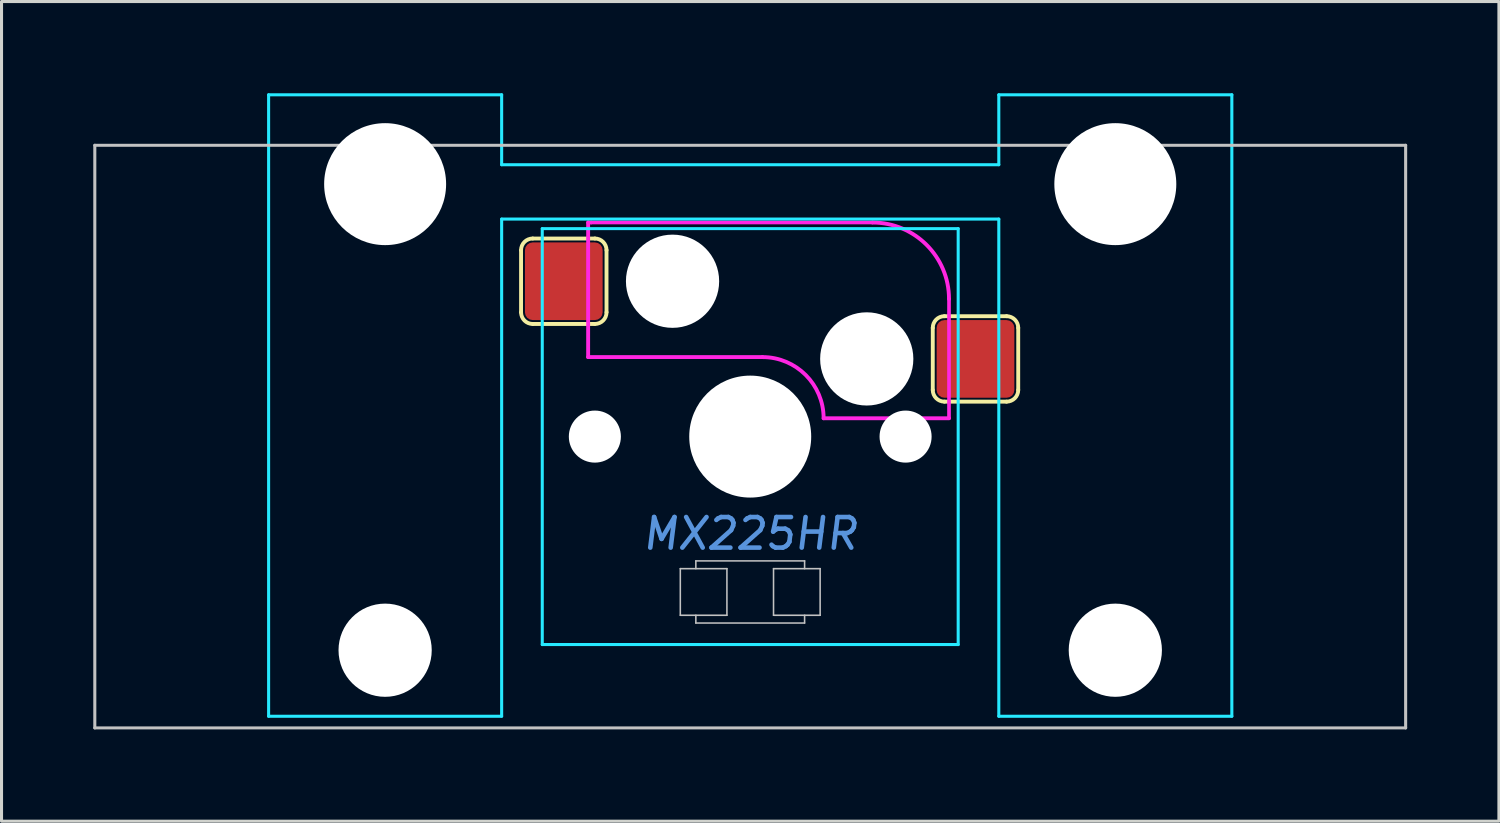
<source format=kicad_pcb>
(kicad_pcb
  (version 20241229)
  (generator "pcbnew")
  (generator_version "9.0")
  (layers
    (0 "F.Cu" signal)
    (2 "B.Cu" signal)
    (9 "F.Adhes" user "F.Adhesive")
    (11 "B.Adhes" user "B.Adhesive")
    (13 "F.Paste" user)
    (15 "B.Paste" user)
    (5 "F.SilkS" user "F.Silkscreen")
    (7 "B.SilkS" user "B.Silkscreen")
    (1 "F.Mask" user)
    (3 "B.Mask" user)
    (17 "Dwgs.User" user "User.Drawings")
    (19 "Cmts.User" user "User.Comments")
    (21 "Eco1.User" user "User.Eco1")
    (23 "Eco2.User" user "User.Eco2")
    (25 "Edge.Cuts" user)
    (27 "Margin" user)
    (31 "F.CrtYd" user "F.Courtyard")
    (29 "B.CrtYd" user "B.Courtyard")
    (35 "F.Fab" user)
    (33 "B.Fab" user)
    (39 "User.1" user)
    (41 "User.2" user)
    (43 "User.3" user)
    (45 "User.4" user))
  (footprint "MX225HR"
    (layer "F.Cu")
    (at 21.481 11.226)
    (property "Reference" "MX225HR" (at 0 3.175 0) (layer "Cmts.User") (effects (font (size 1 1) (thickness 0.15) (italic yes))))
    (attr smd)
    (fp_line (start -7.493 -6.096) (end -7.493 -4.064) (stroke (width 0.127) (type solid)) (layer "F.SilkS"))
    (fp_line (start -7.112 -3.683) (end -5.08 -3.683) (stroke (width 0.127) (type solid)) (layer "F.SilkS"))
    (fp_line (start -5.08 -6.477) (end -7.112 -6.477) (stroke (width 0.127) (type solid)) (layer "F.SilkS"))
    (fp_line (start -4.699 -4.064) (end -4.699 -6.096) (stroke (width 0.127) (type solid)) (layer "F.SilkS"))
    (fp_line (start 5.969 -3.556) (end 5.969 -1.524) (stroke (width 0.127) (type solid)) (layer "F.SilkS"))
    (fp_line (start 6.35 -1.143) (end 8.382 -1.143) (stroke (width 0.127) (type solid)) (layer "F.SilkS"))
    (fp_line (start 8.382 -3.937) (end 6.35 -3.937) (stroke (width 0.127) (type solid)) (layer "F.SilkS"))
    (fp_line (start 8.763 -1.524) (end 8.763 -3.556) (stroke (width 0.127) (type solid)) (layer "F.SilkS"))
    (fp_arc (start -7.493 -6.096) (mid -7.381408 -6.365408) (end -7.112 -6.477) (stroke (width 0.127) (type solid)) (layer "F.SilkS"))
    (fp_arc (start -7.112 -3.683) (mid -7.381408 -3.794592) (end -7.493 -4.064) (stroke (width 0.127) (type solid)) (layer "F.SilkS"))
    (fp_arc (start -5.08 -6.477) (mid -4.810592 -6.365408) (end -4.699 -6.096) (stroke (width 0.127) (type solid)) (layer "F.SilkS"))
    (fp_arc (start -4.699 -4.064) (mid -4.810592 -3.794592) (end -5.08 -3.683) (stroke (width 0.127) (type solid)) (layer "F.SilkS"))
    (fp_arc (start 5.969 -3.556) (mid 6.080592 -3.825408) (end 6.35 -3.937) (stroke (width 0.127) (type solid)) (layer "F.SilkS"))
    (fp_arc (start 6.35 -1.143) (mid 6.080592 -1.254592) (end 5.969 -1.524) (stroke (width 0.127) (type solid)) (layer "F.SilkS"))
    (fp_arc (start 8.382 -3.937) (mid 8.651408 -3.825408) (end 8.763 -3.556) (stroke (width 0.127) (type solid)) (layer "F.SilkS"))
    (fp_arc (start 8.763 -1.524) (mid 8.651408 -1.254592) (end 8.382 -1.143) (stroke (width 0.127) (type solid)) (layer "F.SilkS"))
    (fp_line (start -21.431 -9.525) (end -21.431 9.525) (stroke (width 0.1) (type solid)) (layer "Dwgs.User"))
    (fp_line (start -21.431 -9.525) (end 21.431 -9.525) (stroke (width 0.1) (type solid)) (layer "Dwgs.User"))
    (fp_line (start -21.431 9.525) (end 21.431 9.525) (stroke (width 0.1) (type solid)) (layer "Dwgs.User"))
    (fp_line (start -2.286 4.318) (end -0.762 4.318) (stroke (width 0.051) (type solid)) (layer "Dwgs.User"))
    (fp_line (start -2.286 5.842) (end -2.286 4.318) (stroke (width 0.051) (type solid)) (layer "Dwgs.User"))
    (fp_line (start -1.778 4.064) (end 1.778 4.064) (stroke (width 0.051) (type solid)) (layer "Dwgs.User"))
    (fp_line (start -1.778 4.318) (end -1.778 4.064) (stroke (width 0.051) (type solid)) (layer "Dwgs.User"))
    (fp_line (start -1.778 6.096) (end -1.778 5.842) (stroke (width 0.051) (type solid)) (layer "Dwgs.User"))
    (fp_line (start -0.762 4.318) (end -0.762 5.842) (stroke (width 0.051) (type solid)) (layer "Dwgs.User"))
    (fp_line (start -0.762 5.842) (end -2.286 5.842) (stroke (width 0.051) (type solid)) (layer "Dwgs.User"))
    (fp_line (start 0.762 4.318) (end 2.286 4.318) (stroke (width 0.051) (type solid)) (layer "Dwgs.User"))
    (fp_line (start 0.762 5.842) (end 0.762 4.318) (stroke (width 0.051) (type solid)) (layer "Dwgs.User"))
    (fp_line (start 1.778 4.064) (end 1.778 4.318) (stroke (width 0.051) (type solid)) (layer "Dwgs.User"))
    (fp_line (start 1.778 5.842) (end 1.778 6.096) (stroke (width 0.051) (type solid)) (layer "Dwgs.User"))
    (fp_line (start 1.778 6.096) (end -1.778 6.096) (stroke (width 0.051) (type solid)) (layer "Dwgs.User"))
    (fp_line (start 2.286 4.318) (end 2.286 5.842) (stroke (width 0.051) (type solid)) (layer "Dwgs.User"))
    (fp_line (start 2.286 5.842) (end 0.762 5.842) (stroke (width 0.051) (type solid)) (layer "Dwgs.User"))
    (fp_line (start 21.431 -9.525) (end 21.431 9.525) (stroke (width 0.1) (type solid)) (layer "Dwgs.User"))
    (fp_line (start -17.17 0.889) (end -17.17 2.921) (stroke (width 0.1) (type solid)) (layer "Eco1.User"))
    (fp_line (start -16.789 3.302) (end -16.535 3.302) (stroke (width 0.1) (type solid)) (layer "Eco1.User"))
    (fp_line (start -16.535 0.508) (end -16.789 0.508) (stroke (width 0.1) (type solid)) (layer "Eco1.User"))
    (fp_line (start -16.154 -6.223) (end -16.154 0.127) (stroke (width 0.1) (type solid)) (layer "Eco1.User"))
    (fp_line (start -16.154 3.683) (end -16.154 5.309) (stroke (width 0.1) (type solid)) (layer "Eco1.User"))
    (fp_line (start -15.773 5.69) (end -9.881 5.69) (stroke (width 0.1) (type solid)) (layer "Eco1.User"))
    (fp_line (start -14.732 -6.604) (end -15.773 -6.604) (stroke (width 0.1) (type solid)) (layer "Eco1.User"))
    (fp_line (start -14.351 -7.391) (end -14.351 -6.985) (stroke (width 0.1) (type solid)) (layer "Eco1.User"))
    (fp_line (start -11.684 -7.772) (end -13.97 -7.772) (stroke (width 0.1) (type solid)) (layer "Eco1.User"))
    (fp_line (start -11.303 -6.985) (end -11.303 -7.391) (stroke (width 0.1) (type solid)) (layer "Eco1.User"))
    (fp_line (start -9.881 -6.604) (end -10.922 -6.604) (stroke (width 0.1) (type solid)) (layer "Eco1.User"))
    (fp_line (start -9.5 -6.198) (end -9.5 -6.223) (stroke (width 0.1) (type solid)) (layer "Eco1.User"))
    (fp_line (start -9.5 5.309) (end -9.5 5.258) (stroke (width 0.1) (type solid)) (layer "Eco1.User"))
    (fp_line (start -9.119 4.877) (end -7.366 4.877) (stroke (width 0.1) (type solid)) (layer "Eco1.User"))
    (fp_line (start -7.366 -5.817) (end -9.119 -5.817) (stroke (width 0.1) (type solid)) (layer "Eco1.User"))
    (fp_line (start -6.985 -6.604) (end -6.985 -6.197) (stroke (width 0.1) (type solid)) (layer "Eco1.User"))
    (fp_line (start -6.985 5.258) (end -6.985 6.604) (stroke (width 0.1) (type solid)) (layer "Eco1.User"))
    (fp_line (start -6.604 -6.985) (end 6.604 -6.985) (stroke (width 0.1) (type solid)) (layer "Eco1.User"))
    (fp_line (start -2.159 0) (end 2.159 0) (stroke (width 0.1) (type solid)) (layer "Eco1.User"))
    (fp_line (start 0 2.159) (end 0 -2.159) (stroke (width 0.1) (type solid)) (layer "Eco1.User"))
    (fp_line (start 6.604 6.985) (end -6.604 6.985) (stroke (width 0.1) (type solid)) (layer "Eco1.User"))
    (fp_line (start 6.985 -6.604) (end 6.985 -6.197) (stroke (width 0.1) (type solid)) (layer "Eco1.User"))
    (fp_line (start 6.985 5.258) (end 6.985 6.604) (stroke (width 0.1) (type solid)) (layer "Eco1.User"))
    (fp_line (start 7.366 -5.817) (end 9.119 -5.817) (stroke (width 0.1) (type solid)) (layer "Eco1.User"))
    (fp_line (start 9.119 4.877) (end 7.366 4.877) (stroke (width 0.1) (type solid)) (layer "Eco1.User"))
    (fp_line (start 9.5 -6.198) (end 9.5 -6.223) (stroke (width 0.1) (type solid)) (layer "Eco1.User"))
    (fp_line (start 9.5 5.309) (end 9.5 5.258) (stroke (width 0.1) (type solid)) (layer "Eco1.User"))
    (fp_line (start 9.881 -6.604) (end 10.922 -6.604) (stroke (width 0.1) (type solid)) (layer "Eco1.User"))
    (fp_line (start 11.303 -6.985) (end 11.303 -7.391) (stroke (width 0.1) (type solid)) (layer "Eco1.User"))
    (fp_line (start 11.684 -7.772) (end 13.97 -7.772) (stroke (width 0.1) (type solid)) (layer "Eco1.User"))
    (fp_line (start 14.351 -7.391) (end 14.351 -6.985) (stroke (width 0.1) (type solid)) (layer "Eco1.User"))
    (fp_line (start 14.732 -6.604) (end 15.773 -6.604) (stroke (width 0.1) (type solid)) (layer "Eco1.User"))
    (fp_line (start 15.773 5.69) (end 9.881 5.69) (stroke (width 0.1) (type solid)) (layer "Eco1.User"))
    (fp_line (start 16.154 -6.223) (end 16.154 0.127) (stroke (width 0.1) (type solid)) (layer "Eco1.User"))
    (fp_line (start 16.154 3.683) (end 16.154 5.309) (stroke (width 0.1) (type solid)) (layer "Eco1.User"))
    (fp_line (start 16.535 0.508) (end 16.789 0.508) (stroke (width 0.1) (type solid)) (layer "Eco1.User"))
    (fp_line (start 16.789 3.302) (end 16.535 3.302) (stroke (width 0.1) (type solid)) (layer "Eco1.User"))
    (fp_line (start 17.17 0.889) (end 17.17 2.921) (stroke (width 0.1) (type solid)) (layer "Eco1.User"))
    (fp_arc (start -17.1704 0.889) (mid -17.058808 0.619592) (end -16.7894 0.508) (stroke (width 0.1) (type solid)) (layer "Eco1.User"))
    (fp_arc (start -16.7894 3.302) (mid -17.058808 3.190408) (end -17.1704 2.921) (stroke (width 0.1) (type solid)) (layer "Eco1.User"))
    (fp_arc (start -16.5354 3.302) (mid -16.265992 3.413592) (end -16.1544 3.683) (stroke (width 0.1) (type solid)) (layer "Eco1.User"))
    (fp_arc (start -16.1544 -6.223) (mid -16.042808 -6.492408) (end -15.7734 -6.604) (stroke (width 0.1) (type solid)) (layer "Eco1.User"))
    (fp_arc (start -16.1544 0.127) (mid -16.265992 0.396408) (end -16.5354 0.508) (stroke (width 0.1) (type solid)) (layer "Eco1.User"))
    (fp_arc (start -15.7734 5.6896) (mid -16.042808 5.578008) (end -16.1544 5.3086) (stroke (width 0.1) (type solid)) (layer "Eco1.User"))
    (fp_arc (start -14.351 -7.3914) (mid -14.239408 -7.660808) (end -13.97 -7.7724) (stroke (width 0.1) (type solid)) (layer "Eco1.User"))
    (fp_arc (start -14.351 -6.985) (mid -14.462592 -6.715592) (end -14.732 -6.604) (stroke (width 0.1) (type solid)) (layer "Eco1.User"))
    (fp_arc (start -11.684 -7.7724) (mid -11.414592 -7.660808) (end -11.303 -7.3914) (stroke (width 0.1) (type solid)) (layer "Eco1.User"))
    (fp_arc (start -10.922 -6.604) (mid -11.191408 -6.715592) (end -11.303 -6.985) (stroke (width 0.1) (type solid)) (layer "Eco1.User"))
    (fp_arc (start -9.8806 -6.604) (mid -9.611192 -6.492408) (end -9.4996 -6.223) (stroke (width 0.1) (type solid)) (layer "Eco1.User"))
    (fp_arc (start -9.4996 5.2578) (mid -9.388008 4.988392) (end -9.1186 4.8768) (stroke (width 0.1) (type solid)) (layer "Eco1.User"))
    (fp_arc (start -9.4996 5.3086) (mid -9.611192 5.578008) (end -9.8806 5.6896) (stroke (width 0.1) (type solid)) (layer "Eco1.User"))
    (fp_arc (start -9.1186 -5.8166) (mid -9.388008 -5.928192) (end -9.4996 -6.1976) (stroke (width 0.1) (type solid)) (layer "Eco1.User"))
    (fp_arc (start -7.366 4.8768) (mid -7.096592 4.988392) (end -6.985 5.2578) (stroke (width 0.1) (type solid)) (layer "Eco1.User"))
    (fp_arc (start -6.985 -6.604) (mid -6.873408 -6.873408) (end -6.604 -6.985) (stroke (width 0.1) (type solid)) (layer "Eco1.User"))
    (fp_arc (start -6.985 -6.1976) (mid -7.096592 -5.928192) (end -7.366 -5.8166) (stroke (width 0.1) (type solid)) (layer "Eco1.User"))
    (fp_arc (start -6.604 6.985) (mid -6.873408 6.873408) (end -6.985 6.604) (stroke (width 0.1) (type solid)) (layer "Eco1.User"))
    (fp_arc (start 6.604 -6.985) (mid 6.873408 -6.873408) (end 6.985 -6.604) (stroke (width 0.1) (type solid)) (layer "Eco1.User"))
    (fp_arc (start 6.985 5.2578) (mid 7.096592 4.988392) (end 7.366 4.8768) (stroke (width 0.1) (type solid)) (layer "Eco1.User"))
    (fp_arc (start 6.985 6.604) (mid 6.873408 6.873408) (end 6.604 6.985) (stroke (width 0.1) (type solid)) (layer "Eco1.User"))
    (fp_arc (start 7.366 -5.8166) (mid 7.096592 -5.928192) (end 6.985 -6.1976) (stroke (width 0.1) (type solid)) (layer "Eco1.User"))
    (fp_arc (start 9.1186 4.8768) (mid 9.388008 4.988392) (end 9.4996 5.2578) (stroke (width 0.1) (type solid)) (layer "Eco1.User"))
    (fp_arc (start 9.4996 -6.223) (mid 9.611192 -6.492408) (end 9.8806 -6.604) (stroke (width 0.1) (type solid)) (layer "Eco1.User"))
    (fp_arc (start 9.4996 -6.1976) (mid 9.388008 -5.928192) (end 9.1186 -5.8166) (stroke (width 0.1) (type solid)) (layer "Eco1.User"))
    (fp_arc (start 9.8806 5.6896) (mid 9.611192 5.578008) (end 9.4996 5.3086) (stroke (width 0.1) (type solid)) (layer "Eco1.User"))
    (fp_arc (start 11.303 -7.3914) (mid 11.414592 -7.660808) (end 11.684 -7.7724) (stroke (width 0.1) (type solid)) (layer "Eco1.User"))
    (fp_arc (start 11.303 -6.985) (mid 11.191408 -6.715592) (end 10.922 -6.604) (stroke (width 0.1) (type solid)) (layer "Eco1.User"))
    (fp_arc (start 13.97 -7.7724) (mid 14.239408 -7.660808) (end 14.351 -7.3914) (stroke (width 0.1) (type solid)) (layer "Eco1.User"))
    (fp_arc (start 14.732 -6.604) (mid 14.462592 -6.715592) (end 14.351 -6.985) (stroke (width 0.1) (type solid)) (layer "Eco1.User"))
    (fp_arc (start 15.7734 -6.604) (mid 16.042808 -6.492408) (end 16.1544 -6.223) (stroke (width 0.1) (type solid)) (layer "Eco1.User"))
    (fp_arc (start 16.1544 3.683) (mid 16.265992 3.413592) (end 16.5354 3.302) (stroke (width 0.1) (type solid)) (layer "Eco1.User"))
    (fp_arc (start 16.1544 5.3086) (mid 16.042808 5.578008) (end 15.7734 5.6896) (stroke (width 0.1) (type solid)) (layer "Eco1.User"))
    (fp_arc (start 16.5354 0.508) (mid 16.265992 0.396408) (end 16.1544 0.127) (stroke (width 0.1) (type solid)) (layer "Eco1.User"))
    (fp_arc (start 16.7894 0.508) (mid 17.058808 0.619592) (end 17.1704 0.889) (stroke (width 0.1) (type solid)) (layer "Eco1.User"))
    (fp_arc (start 17.1704 2.921) (mid 17.058808 3.190408) (end 16.7894 3.302) (stroke (width 0.1) (type solid)) (layer "Eco1.User"))
    (fp_circle (center 0 0) (end -1.994 0) (stroke (width 0.1) (type solid)) (fill no) (layer "Eco1.User"))
    (fp_line (start -15.748 -11.176) (end -15.748 9.144) (stroke (width 0.1) (type solid)) (layer "B.CrtYd"))
    (fp_line (start -15.748 -11.176) (end -8.128 -11.176) (stroke (width 0.1) (type solid)) (layer "B.CrtYd"))
    (fp_line (start -8.128 -8.89) (end -8.128 -11.176) (stroke (width 0.1) (type solid)) (layer "B.CrtYd"))
    (fp_line (start -8.128 -7.112) (end -8.128 9.142) (stroke (width 0.1) (type solid)) (layer "B.CrtYd"))
    (fp_line (start -8.128 9.144) (end -15.748 9.144) (stroke (width 0.1) (type solid)) (layer "B.CrtYd"))
    (fp_line (start -6.8 -6.8) (end -6.8 6.8) (stroke (width 0.1) (type solid)) (layer "B.CrtYd"))
    (fp_line (start 6.8 -6.8) (end -6.8 -6.8) (stroke (width 0.1) (type solid)) (layer "B.CrtYd"))
    (fp_line (start 6.8 -6.8) (end 6.8 6.8) (stroke (width 0.1) (type solid)) (layer "B.CrtYd"))
    (fp_line (start 6.8 6.8) (end -6.8 6.8) (stroke (width 0.1) (type solid)) (layer "B.CrtYd"))
    (fp_line (start 8.128 -8.89) (end -8.128 -8.89) (stroke (width 0.1) (type solid)) (layer "B.CrtYd"))
    (fp_line (start 8.128 -8.89) (end 8.128 -11.176) (stroke (width 0.1) (type solid)) (layer "B.CrtYd"))
    (fp_line (start 8.128 -7.112) (end -8.128 -7.112) (stroke (width 0.1) (type solid)) (layer "B.CrtYd"))
    (fp_line (start 8.128 -7.112) (end 8.128 9.144) (stroke (width 0.1) (type solid)) (layer "B.CrtYd"))
    (fp_line (start 8.128 9.144) (end 15.748 9.144) (stroke (width 0.1) (type solid)) (layer "B.CrtYd"))
    (fp_line (start 15.748 -11.176) (end 8.128 -11.176) (stroke (width 0.1) (type solid)) (layer "B.CrtYd"))
    (fp_line (start 15.748 9.144) (end 15.748 -11.176) (stroke (width 0.1) (type solid)) (layer "B.CrtYd"))
    (fp_line (start -5.3 -7) (end -5.3 -2.6) (stroke (width 0.127) (type solid)) (layer "F.CrtYd"))
    (fp_line (start -5.2 -7) (end -5.3 -7) (stroke (width 0.12) (type solid)) (layer "F.CrtYd"))
    (fp_line (start 0.4 -2.6) (end -5.3 -2.6) (stroke (width 0.127) (type solid)) (layer "F.CrtYd"))
    (fp_line (start 4 -7) (end -5.2 -7) (stroke (width 0.12) (type solid)) (layer "F.CrtYd"))
    (fp_line (start 6.5 -4.5) (end 6.5 -0.6) (stroke (width 0.12) (type solid)) (layer "F.CrtYd"))
    (fp_line (start 6.5 -0.6) (end 2.4 -0.6) (stroke (width 0.127) (type solid)) (layer "F.CrtYd"))
    (fp_arc (start 0.4 -2.6) (mid 1.814214 -2.014214) (end 2.4 -0.6) (stroke (width 0.127) (type solid)) (layer "F.CrtYd"))
    (fp_arc (start 4 -7) (mid 5.767767 -6.267767) (end 6.5 -4.5) (stroke (width 0.127) (type solid)) (layer "F.CrtYd"))
    (pad "" np_thru_hole circle (at -11.938 -8.255 180) (size 3.988 3.988) (drill 3.988) (layers "*.Cu" "*.Mask"))
    (pad "" np_thru_hole circle (at -11.938 6.985 180) (size 3.048 3.048) (drill 3.048) (layers "*.Cu" "*.Mask"))
    (pad "" np_thru_hole circle (at -5.08 0) (size 1.702 1.702) (drill 1.702) (layers "*.Cu" "*.Mask"))
    (pad "" np_thru_hole circle (at -2.54 -5.08) (size 3.048 3.048) (drill 3.048) (layers "*.Cu" "*.Mask"))
    (pad "" np_thru_hole circle (at 0 0) (size 3.988 3.988) (drill 3.988) (layers "*.Cu" "*.Mask"))
    (pad "" np_thru_hole circle (at 3.81 -2.54) (size 3.048 3.048) (drill 3.048) (layers "*.Cu" "*.Mask"))
    (pad "" np_thru_hole circle (at 5.08 0) (size 1.702 1.702) (drill 1.702) (layers "*.Cu" "*.Mask"))
    (pad "" np_thru_hole circle (at 11.938 -8.255 180) (size 3.988 3.988) (drill 3.988) (layers "*.Cu" "*.Mask"))
    (pad "" np_thru_hole circle (at 11.938 6.985 180) (size 3.048 3.048) (drill 3.048) (layers "*.Cu" "*.Mask"))
    (pad "1" smd roundrect (at -6.096 -5.08) (size 2.54 2.54) (layers "F.Cu" "F.Mask") (roundrect_rratio 0.1))
    (pad "2" smd roundrect (at 7.366 -2.54) (size 2.54 2.54) (layers "F.Cu" "F.Mask") (roundrect_rratio 0.1)))
  (gr_rect
    (start -3 -3)
    (end 45.962 23.801)
    (stroke (width 0.1) (type default))
    (fill no)
    (layer "Edge.Cuts")))
</source>
